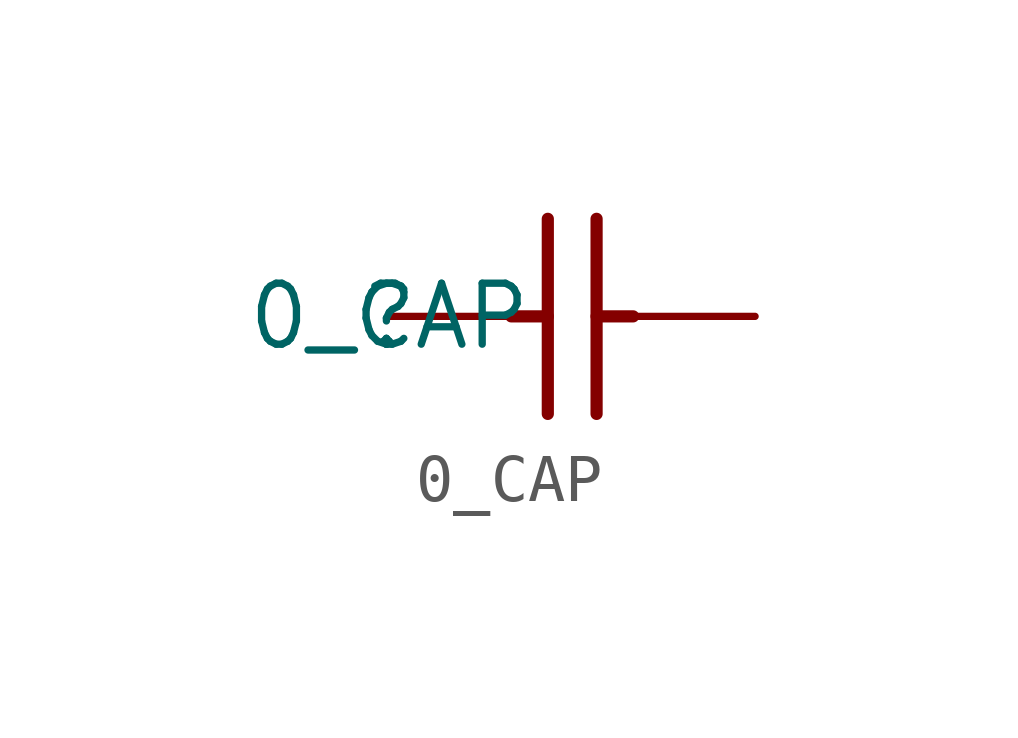
<source format=kicad_sym>
(kicad_symbol_lib
  (version 20211014)
  (generator kicad_symbol_editor)
  (symbol "0_CAP"
    (property "Reference" ""
      (at 0 0 0)
      (effects (font (size 1.27 1.27))))
    (property "Value" "0_CAP"
      (at 0 0 0)
      (effects (font (size 1.27 1.27))))
    (symbol "0_CAP_1_0"
      (polyline (pts (xy 2.54 0) (xy 3.302 0)) (stroke (width 0.254) (type default) (color 0 0 0 0)) (fill (type none)))
      (polyline (pts (xy 3.302 -2.032) (xy 3.302 2.032)) (stroke (width 0.254) (type default) (color 0 0 0 0)) (fill (type none)))
      (polyline (pts (xy 4.318 2.032) (xy 4.318 -2.032)) (stroke (width 0.254) (type default) (color 0 0 0 0)) (fill (type none)))
      (polyline (pts (xy 5.08 0) (xy 4.318 0)) (stroke (width 0.254) (type default) (color 0 0 0 0)) (fill (type none)))
      (pin passive line (at 0 0 0) (length 2.54) (name "1" (effects (font (size 0 0)))) (number "1" (effects (font (size 0 0)))))
      (pin passive line (at 7.62 0 180) (length 2.54) (name "2" (effects (font (size 0 0)))) (number "2" (effects (font (size 0 0))))))))
</source>
